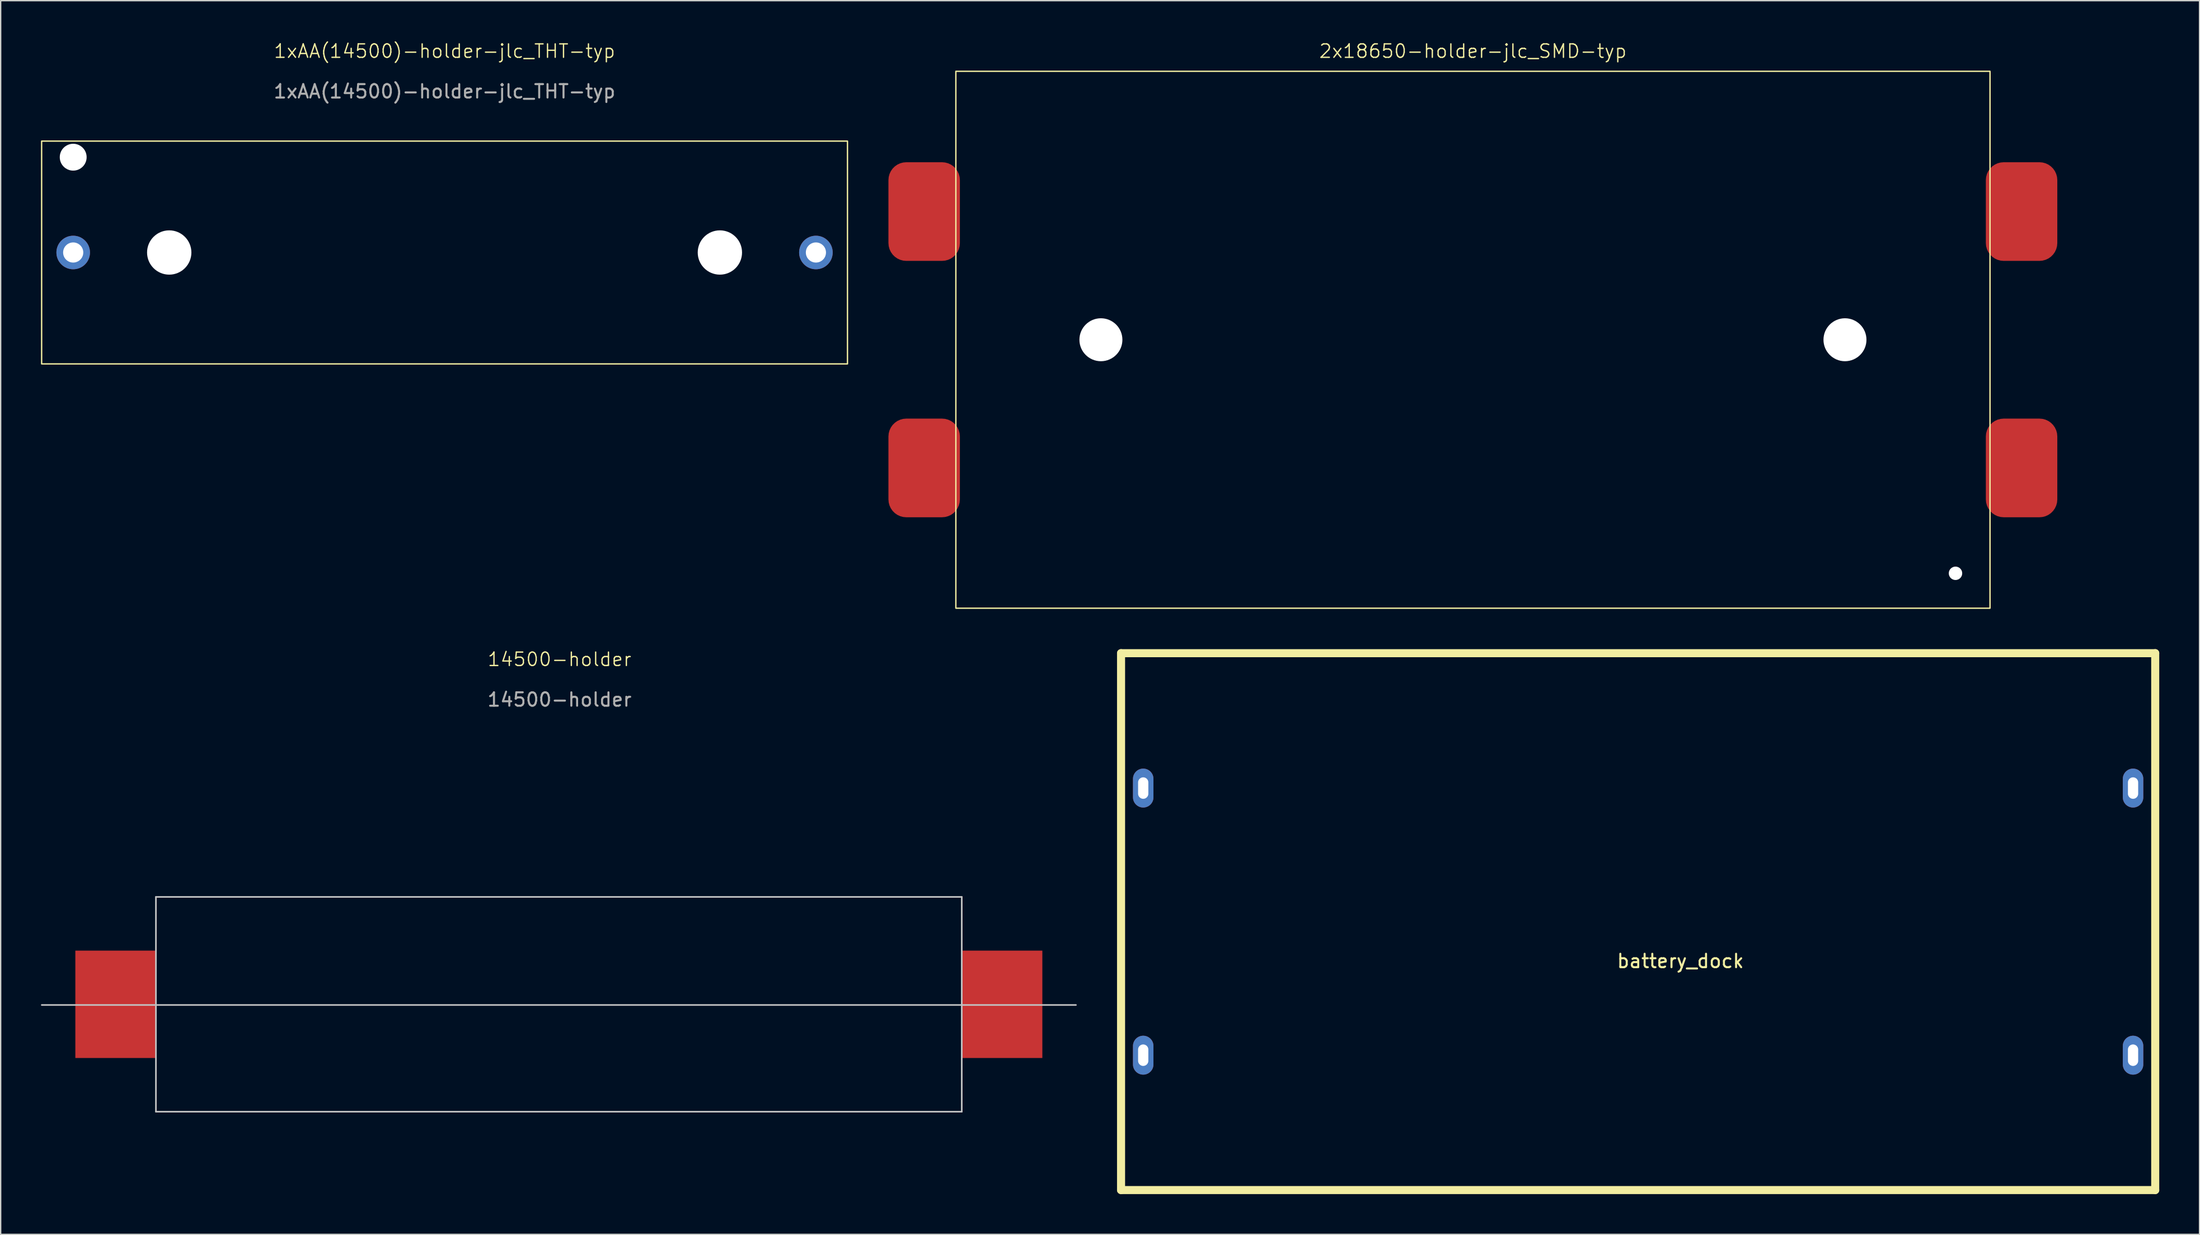
<source format=kicad_pcb>
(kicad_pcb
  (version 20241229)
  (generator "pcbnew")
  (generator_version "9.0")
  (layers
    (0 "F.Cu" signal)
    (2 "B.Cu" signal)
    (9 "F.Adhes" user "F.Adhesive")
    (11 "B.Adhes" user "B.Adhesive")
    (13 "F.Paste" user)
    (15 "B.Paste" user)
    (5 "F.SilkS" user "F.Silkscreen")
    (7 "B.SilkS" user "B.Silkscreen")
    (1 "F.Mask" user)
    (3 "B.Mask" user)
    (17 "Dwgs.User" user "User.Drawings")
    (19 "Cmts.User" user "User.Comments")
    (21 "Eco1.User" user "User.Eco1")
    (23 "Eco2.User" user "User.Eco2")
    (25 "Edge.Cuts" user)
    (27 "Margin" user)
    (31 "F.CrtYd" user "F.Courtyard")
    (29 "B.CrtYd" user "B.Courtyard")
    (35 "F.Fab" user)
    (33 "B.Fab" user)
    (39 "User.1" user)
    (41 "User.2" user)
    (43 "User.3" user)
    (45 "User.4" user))
  (footprint "14500-holder"
    (layer "F.Cu")
    (at 38.56 71.771)
    (property "Reference" "14500-holder" (at 0.05 -25.7 0) (unlocked yes) (layer "F.SilkS") (effects (font (size 1 1) (thickness 0.1))))
    (attr smd)
    (fp_line (start -30 -8) (end -30 8) (stroke (width 0.12) (type solid)) (layer "Dwgs.User"))
    (fp_line (start 30 -8) (end -30 -8) (stroke (width 0.12) (type solid)) (layer "Dwgs.User"))
    (fp_line (start 30 8) (end -30 8) (stroke (width 0.12) (type solid)) (layer "Dwgs.User"))
    (fp_line (start 30 8) (end 30 -8) (stroke (width 0.12) (type solid)) (layer "Dwgs.User"))
    (fp_line (start 38.5 0.05) (end -38.5 0.05) (stroke (width 0.12) (type solid)) (layer "Dwgs.User"))
    (fp_text user "${REFERENCE}" (at 0.05 -22.7 0) (unlocked yes) (layer "F.Fab") (effects (font (size 1 1) (thickness 0.15))))
    (pad "1" smd rect (at 33 0) (size 6 8) (layers "F.Cu" "F.Mask" "F.Paste"))
    (pad "2" smd rect (at -33 0) (size 6 8) (layers "F.Cu" "F.Mask" "F.Paste")))
  (footprint "battery_dock"
    (layer "F.Cu")
    (at 118.92 65.611)
    (property "Reference" "battery_dock" (at 3.15 2.94 0) (layer "F.SilkS") (effects (font (size 1 1) (thickness 0.15))))
    (attr through_hole)
    (fp_line (start -38.5 -20) (end -38.5 20) (stroke (width 0.6) (type solid)) (layer "F.SilkS"))
    (fp_line (start -38.5 -20) (end 38.5 -20) (stroke (width 0.6) (type solid)) (layer "F.SilkS"))
    (fp_line (start 38.5 -20) (end 38.5 20) (stroke (width 0.6) (type solid)) (layer "F.SilkS"))
    (fp_line (start 38.5 20) (end -38.5 20) (stroke (width 0.6) (type solid)) (layer "F.SilkS"))
    (pad "1" thru_hole oval (at 36.85 -9.95) (size 1.524 2.9) (drill oval 0.762 1.6) (layers "*.Cu" "*.Mask"))
    (pad "2" thru_hole oval (at -36.85 -9.95) (size 1.524 2.9) (drill oval 0.762 1.6) (layers "*.Cu" "*.Mask"))
    (pad "3" thru_hole oval (at 36.85 9.95) (size 1.524 2.9) (drill oval 0.762 1.6) (layers "*.Cu" "*.Mask"))
    (pad "4" thru_hole oval (at -36.85 9.95) (size 1.524 2.9) (drill oval 0.762 1.6) (layers "*.Cu" "*.Mask")))
  (footprint "1xAA(14500)-holder-jlc_THT-typ"
    (layer "F.Cu")
    (at 30.05 15.761)
    (property "Reference" "1xAA(14500)-holder-jlc_THT-typ" (at 0 -15 0) (unlocked yes) (layer "F.SilkS") (effects (font (size 1 1) (thickness 0.1))))
    (attr through_hole)
    (fp_rect (start -30 -8.3) (end 30 8.3) (stroke (width 0.1) (type default)) (fill no) (layer "F.SilkS"))
    (fp_text user "${REFERENCE}" (at 0 -12 0) (unlocked yes) (layer "F.Fab") (effects (font (size 1 1) (thickness 0.15))))
    (pad "" np_thru_hole circle (at -27.65 -7.1) (size 2 2) (drill 2) (layers "*.Cu" "*.Mask"))
    (pad "" np_thru_hole circle (at -20.5 0) (size 3.3 3.3) (drill 3.3) (layers "*.Cu" "*.Mask"))
    (pad "" np_thru_hole circle (at 20.5 0) (size 3.3 3.3) (drill 3.3) (layers "*.Cu" "*.Mask"))
    (pad "1" thru_hole circle (at -27.65 0) (size 2.5 2.5) (drill 1.5) (layers "*.Cu" "*.Mask"))
    (pad "2" thru_hole circle (at 27.65 0) (size 2.5 2.5) (drill 1.5) (layers "*.Cu" "*.Mask")))
  (footprint "2x18650-holder-jlc_SMD-typ"
    (layer "F.Cu")
    (at 106.62 22.261)
    (property "Reference" "2x18650-holder-jlc_SMD-typ" (at 0 -21.5 0) (unlocked yes) (layer "F.SilkS") (effects (font (size 1 1) (thickness 0.1))))
    (attr smd)
    (fp_rect (start -38.5 -20) (end 38.5 20) (stroke (width 0.1) (type default)) (fill no) (layer "F.SilkS"))
    (pad "" np_thru_hole circle (at -27.7 0) (size 3.2 3.2) (drill 3.2) (layers "*.Cu" "*.Mask"))
    (pad "" np_thru_hole circle (at 27.7 0) (size 3.2 3.2) (drill 3.2) (layers "*.Cu" "*.Mask"))
    (pad "" np_thru_hole circle (at 35.93 17.4) (size 1 1) (drill 1) (layers "*.Cu" "*.Mask"))
    (pad "1" smd roundrect (at -40.86 -9.55) (size 5.32 7.35) (layers "F.Cu" "F.Mask" "F.Paste") (roundrect_rratio 0.25))
    (pad "2" smd roundrect (at 40.85 -9.55) (size 5.32 7.35) (layers "F.Cu" "F.Mask" "F.Paste") (roundrect_rratio 0.25))
    (pad "3" smd roundrect (at -40.86 9.55) (size 5.32 7.35) (layers "F.Cu" "F.Mask" "F.Paste") (roundrect_rratio 0.25))
    (pad "4" smd roundrect (at 40.85 9.55) (size 5.32 7.35) (layers "F.Cu" "F.Mask" "F.Paste") (roundrect_rratio 0.25)))
  (gr_rect
    (start -3 -3)
    (end 160.72 88.91)
    (stroke (width 0.1) (type default))
    (fill no)
    (layer "Edge.Cuts")))
</source>
